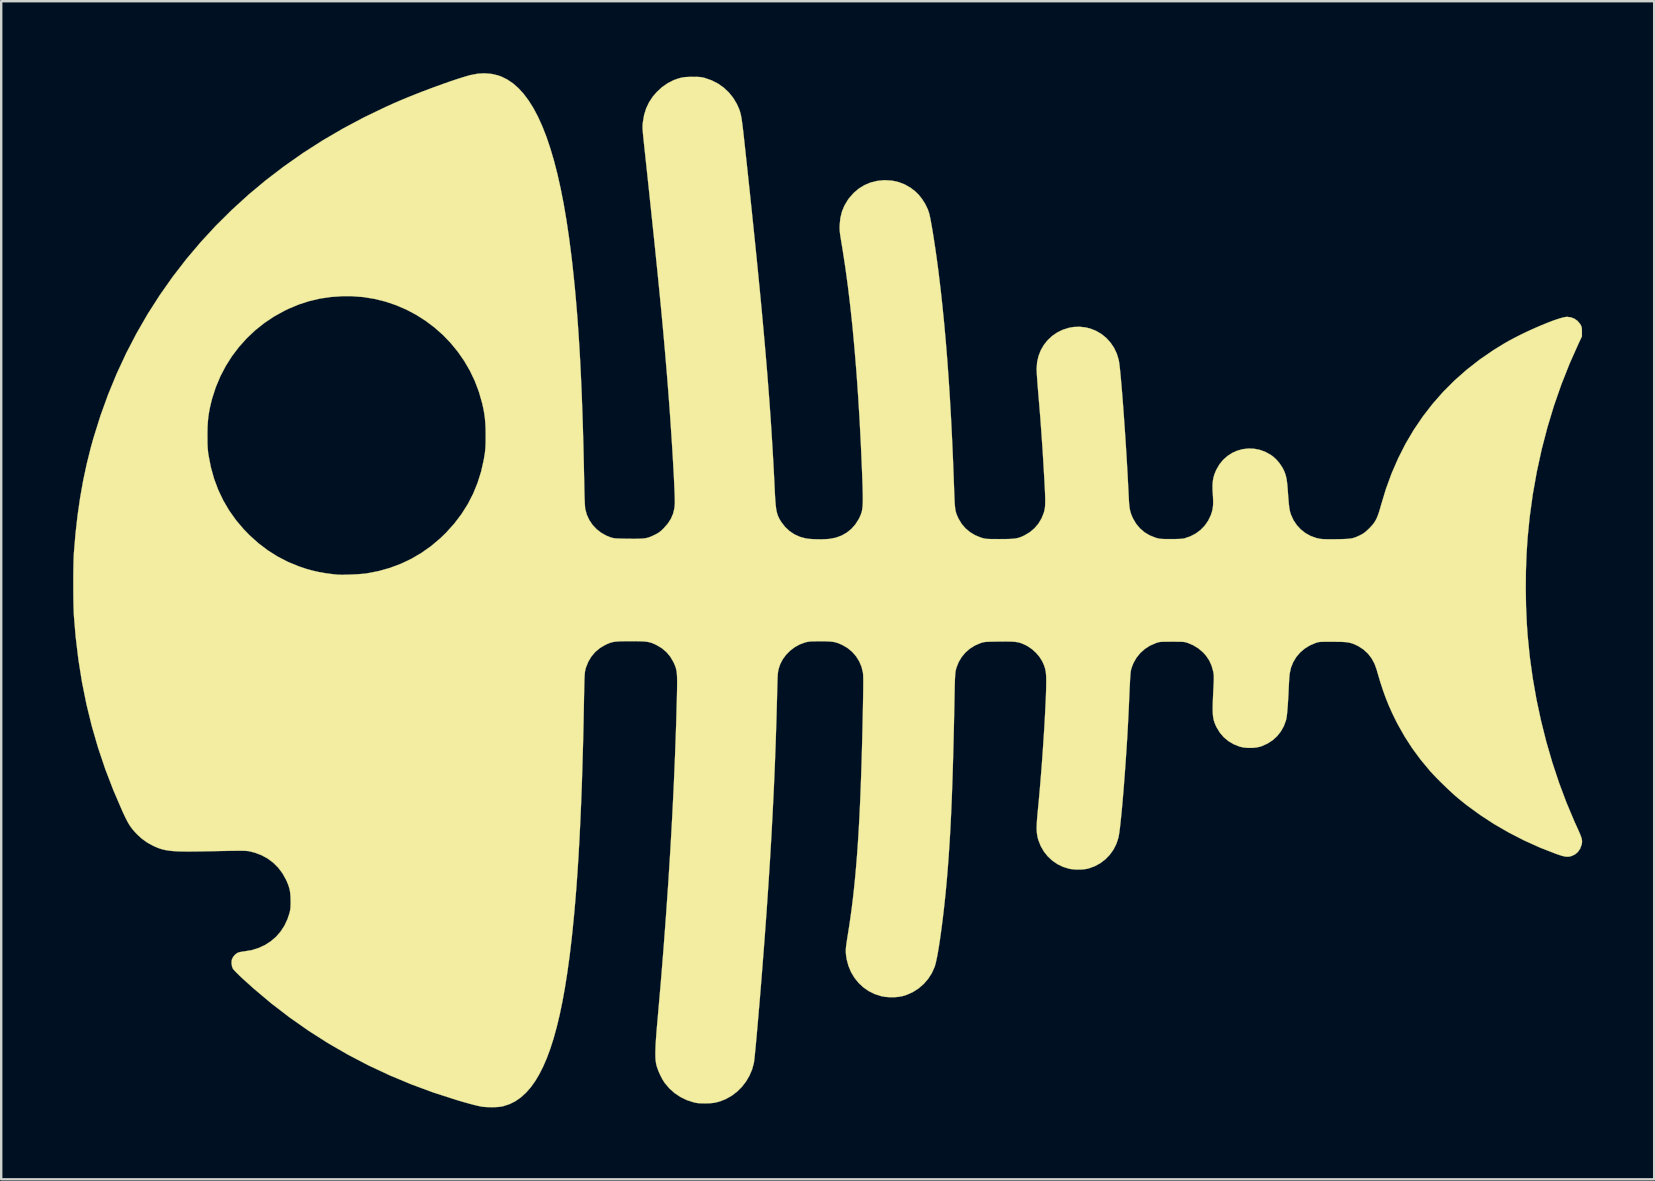
<source format=kicad_pcb>
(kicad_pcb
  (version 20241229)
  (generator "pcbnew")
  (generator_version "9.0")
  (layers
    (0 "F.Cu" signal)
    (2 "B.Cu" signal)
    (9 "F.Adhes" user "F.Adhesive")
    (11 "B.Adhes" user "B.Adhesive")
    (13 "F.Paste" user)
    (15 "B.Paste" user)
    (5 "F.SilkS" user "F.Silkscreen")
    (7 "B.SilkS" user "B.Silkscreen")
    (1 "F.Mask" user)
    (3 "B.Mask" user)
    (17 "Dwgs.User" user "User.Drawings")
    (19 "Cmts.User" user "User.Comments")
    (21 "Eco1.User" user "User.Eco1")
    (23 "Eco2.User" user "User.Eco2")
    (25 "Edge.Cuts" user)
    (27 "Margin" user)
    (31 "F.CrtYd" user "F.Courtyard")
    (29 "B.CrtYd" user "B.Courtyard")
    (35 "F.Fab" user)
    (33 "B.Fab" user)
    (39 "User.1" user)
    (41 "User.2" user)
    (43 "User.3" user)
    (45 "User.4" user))
  (footprint "Rockling Silk 50mm"
    (layer "F.Cu")
    (at 30.302 20.651)
    (property "Reference" "Rockling Silk 50mm" (at 0 0 0) (layer "F.SilkS") (effects (font (size 1.27 1.27) (thickness 0.15))))
    (attr through_hole)
    (fp_poly (pts (xy -12.883 -20.623) (xy -12.612 -20.562) (xy -12.462 -20.51) (xy -12.215 -20.388) (xy -11.978 -20.228) (xy -11.75 -20.028) (xy -11.532 -19.789) (xy -11.323 -19.51) (xy -11.124 -19.192) (xy -10.934 -18.834) (xy -10.754 -18.436) (xy -10.582 -17.997) (xy -10.421 -17.519) (xy -10.268 -17) (xy -10.124 -16.441) (xy -9.99 -15.841) (xy -9.864 -15.2) (xy -9.748 -14.518) (xy -9.641 -13.795) (xy -9.542 -13.031) (xy -9.506 -12.721) (xy -9.449 -12.194) (xy -9.395 -11.656) (xy -9.346 -11.106) (xy -9.299 -10.539) (xy -9.257 -9.955) (xy -9.218 -9.351) (xy -9.181 -8.724) (xy -9.148 -8.072) (xy -9.118 -7.392) (xy -9.091 -6.683) (xy -9.066 -5.941) (xy -9.044 -5.164) (xy -9.025 -4.35) (xy -9.007 -3.497) (xy -9.005 -3.376) (xy -9 -3.147) (xy -8.994 -2.945) (xy -8.987 -2.774) (xy -8.979 -2.637) (xy -8.971 -2.537) (xy -8.964 -2.486) (xy -8.899 -2.251) (xy -8.797 -2.031) (xy -8.661 -1.83) (xy -8.494 -1.652) (xy -8.3 -1.501) (xy -8.083 -1.38) (xy -7.927 -1.318) (xy -7.876 -1.301) (xy -7.83 -1.288) (xy -7.782 -1.278) (xy -7.728 -1.27) (xy -7.661 -1.265) (xy -7.575 -1.261) (xy -7.463 -1.258) (xy -7.321 -1.255) (xy -7.165 -1.253) (xy -6.963 -1.251) (xy -6.797 -1.252) (xy -6.66 -1.255) (xy -6.547 -1.263) (xy -6.45 -1.276) (xy -6.364 -1.295) (xy -6.282 -1.322) (xy -6.198 -1.356) (xy -6.105 -1.399) (xy -6.075 -1.414) (xy -5.974 -1.466) (xy -5.892 -1.517) (xy -5.816 -1.576) (xy -5.731 -1.655) (xy -5.694 -1.692) (xy -5.525 -1.884) (xy -5.397 -2.083) (xy -5.306 -2.293) (xy -5.252 -2.519) (xy -5.235 -2.688) (xy -5.233 -2.77) (xy -5.234 -2.89) (xy -5.238 -3.047) (xy -5.245 -3.237) (xy -5.255 -3.457) (xy -5.266 -3.703) (xy -5.28 -3.974) (xy -5.296 -4.266) (xy -5.314 -4.576) (xy -5.333 -4.9) (xy -5.354 -5.236) (xy -5.377 -5.581) (xy -5.4 -5.932) (xy -5.424 -6.285) (xy -5.449 -6.638) (xy -5.475 -6.988) (xy -5.494 -7.239) (xy -5.522 -7.597) (xy -5.55 -7.952) (xy -5.579 -8.305) (xy -5.609 -8.66) (xy -5.639 -9.019) (xy -5.671 -9.383) (xy -5.704 -9.755) (xy -5.739 -10.136) (xy -5.776 -10.53) (xy -5.815 -10.938) (xy -5.856 -11.363) (xy -5.9 -11.806) (xy -5.946 -12.27) (xy -5.996 -12.757) (xy -6.048 -13.27) (xy -6.104 -13.81) (xy -6.164 -14.379) (xy -6.227 -14.98) (xy -6.294 -15.615) (xy -6.365 -16.286) (xy -6.441 -16.995) (xy -6.5 -17.547) (xy -6.523 -17.759) (xy -6.541 -17.934) (xy -6.555 -18.076) (xy -6.566 -18.192) (xy -6.573 -18.285) (xy -6.577 -18.361) (xy -6.578 -18.425) (xy -6.576 -18.482) (xy -6.572 -18.536) (xy -6.567 -18.594) (xy -6.565 -18.605) (xy -6.514 -18.906) (xy -6.428 -19.184) (xy -6.306 -19.44) (xy -6.148 -19.679) (xy -5.984 -19.868) (xy -5.764 -20.071) (xy -5.531 -20.234) (xy -5.287 -20.358) (xy -5.224 -20.382) (xy -5.098 -20.426) (xy -4.988 -20.457) (xy -4.883 -20.479) (xy -4.769 -20.491) (xy -4.635 -20.497) (xy -4.498 -20.499) (xy -4.36 -20.499) (xy -4.254 -20.496) (xy -4.169 -20.489) (xy -4.095 -20.478) (xy -4.022 -20.462) (xy -3.981 -20.451) (xy -3.697 -20.352) (xy -3.435 -20.218) (xy -3.197 -20.051) (xy -2.985 -19.852) (xy -2.802 -19.626) (xy -2.65 -19.372) (xy -2.56 -19.172) (xy -2.538 -19.112) (xy -2.518 -19.054) (xy -2.501 -18.993) (xy -2.484 -18.926) (xy -2.468 -18.848) (xy -2.452 -18.756) (xy -2.436 -18.646) (xy -2.418 -18.515) (xy -2.399 -18.357) (xy -2.377 -18.169) (xy -2.353 -17.948) (xy -2.324 -17.689) (xy -2.319 -17.639) (xy -2.219 -16.716) (xy -2.125 -15.833) (xy -2.036 -14.988) (xy -1.952 -14.179) (xy -1.872 -13.404) (xy -1.797 -12.66) (xy -1.727 -11.947) (xy -1.66 -11.261) (xy -1.598 -10.601) (xy -1.54 -9.965) (xy -1.485 -9.351) (xy -1.434 -8.756) (xy -1.386 -8.18) (xy -1.342 -7.618) (xy -1.3 -7.071) (xy -1.261 -6.535) (xy -1.225 -6.009) (xy -1.192 -5.491) (xy -1.16 -4.978) (xy -1.131 -4.469) (xy -1.104 -3.961) (xy -1.079 -3.453) (xy -1.069 -3.252) (xy -1.057 -3.018) (xy -1.044 -2.82) (xy -1.03 -2.654) (xy -1.013 -2.515) (xy -0.992 -2.397) (xy -0.966 -2.294) (xy -0.934 -2.203) (xy -0.895 -2.116) (xy -0.847 -2.03) (xy -0.795 -1.947) (xy -0.64 -1.746) (xy -0.457 -1.575) (xy -0.251 -1.436) (xy -0.023 -1.333) (xy 0.22 -1.267) (xy 0.343 -1.249) (xy 0.505 -1.237) (xy 0.688 -1.23) (xy 0.876 -1.229) (xy 1.055 -1.235) (xy 1.208 -1.246) (xy 1.221 -1.248) (xy 1.476 -1.297) (xy 1.713 -1.384) (xy 1.93 -1.507) (xy 2.123 -1.663) (xy 2.289 -1.85) (xy 2.427 -2.067) (xy 2.447 -2.106) (xy 2.482 -2.18) (xy 2.513 -2.25) (xy 2.538 -2.32) (xy 2.559 -2.393) (xy 2.575 -2.474) (xy 2.587 -2.565) (xy 2.595 -2.672) (xy 2.6 -2.796) (xy 2.601 -2.943) (xy 2.599 -3.115) (xy 2.594 -3.317) (xy 2.587 -3.552) (xy 2.577 -3.824) (xy 2.572 -3.958) (xy 2.524 -5.076) (xy 2.469 -6.153) (xy 2.406 -7.189) (xy 2.336 -8.183) (xy 2.258 -9.136) (xy 2.174 -10.049) (xy 2.081 -10.92) (xy 1.981 -11.751) (xy 1.874 -12.542) (xy 1.759 -13.293) (xy 1.722 -13.515) (xy 1.693 -13.69) (xy 1.671 -13.83) (xy 1.654 -13.943) (xy 1.643 -14.035) (xy 1.636 -14.114) (xy 1.634 -14.186) (xy 1.634 -14.258) (xy 1.637 -14.338) (xy 1.637 -14.34) (xy 1.666 -14.621) (xy 1.73 -14.882) (xy 1.831 -15.128) (xy 1.972 -15.365) (xy 2.034 -15.45) (xy 2.219 -15.662) (xy 2.429 -15.84) (xy 2.661 -15.984) (xy 2.912 -16.091) (xy 3.18 -16.16) (xy 3.463 -16.191) (xy 3.543 -16.192) (xy 3.826 -16.173) (xy 4.095 -16.113) (xy 4.35 -16.014) (xy 4.592 -15.875) (xy 4.782 -15.73) (xy 4.934 -15.58) (xy 5.076 -15.399) (xy 5.202 -15.198) (xy 5.303 -14.99) (xy 5.354 -14.848) (xy 5.377 -14.761) (xy 5.405 -14.635) (xy 5.436 -14.476) (xy 5.47 -14.287) (xy 5.507 -14.072) (xy 5.545 -13.836) (xy 5.584 -13.583) (xy 5.624 -13.316) (xy 5.664 -13.04) (xy 5.702 -12.76) (xy 5.74 -12.478) (xy 5.756 -12.351) (xy 5.839 -11.663) (xy 5.916 -10.959) (xy 5.988 -10.238) (xy 6.055 -9.496) (xy 6.117 -8.731) (xy 6.174 -7.941) (xy 6.227 -7.121) (xy 6.276 -6.271) (xy 6.32 -5.387) (xy 6.361 -4.466) (xy 6.397 -3.506) (xy 6.402 -3.376) (xy 6.41 -3.147) (xy 6.418 -2.955) (xy 6.425 -2.796) (xy 6.434 -2.664) (xy 6.444 -2.555) (xy 6.457 -2.464) (xy 6.472 -2.387) (xy 6.492 -2.317) (xy 6.516 -2.251) (xy 6.545 -2.183) (xy 6.58 -2.108) (xy 6.597 -2.074) (xy 6.721 -1.869) (xy 6.879 -1.686) (xy 7.066 -1.529) (xy 7.279 -1.4) (xy 7.514 -1.304) (xy 7.567 -1.287) (xy 7.621 -1.272) (xy 7.671 -1.261) (xy 7.724 -1.252) (xy 7.786 -1.246) (xy 7.863 -1.242) (xy 7.962 -1.24) (xy 8.09 -1.239) (xy 8.251 -1.238) (xy 8.308 -1.238) (xy 8.508 -1.239) (xy 8.671 -1.242) (xy 8.806 -1.248) (xy 8.917 -1.258) (xy 9.012 -1.273) (xy 9.097 -1.294) (xy 9.179 -1.322) (xy 9.263 -1.358) (xy 9.345 -1.397) (xy 9.562 -1.528) (xy 9.753 -1.69) (xy 9.915 -1.88) (xy 10.045 -2.095) (xy 10.14 -2.331) (xy 10.162 -2.409) (xy 10.176 -2.475) (xy 10.188 -2.547) (xy 10.196 -2.63) (xy 10.2 -2.727) (xy 10.201 -2.845) (xy 10.199 -2.986) (xy 10.193 -3.155) (xy 10.184 -3.357) (xy 10.172 -3.596) (xy 10.17 -3.63) (xy 10.091 -4.968) (xy 9.997 -6.289) (xy 9.905 -7.4) (xy 9.89 -7.582) (xy 9.876 -7.761) (xy 9.864 -7.93) (xy 9.854 -8.081) (xy 9.847 -8.208) (xy 9.843 -8.304) (xy 9.843 -8.342) (xy 9.863 -8.611) (xy 9.922 -8.867) (xy 10.016 -9.107) (xy 10.144 -9.328) (xy 10.302 -9.527) (xy 10.487 -9.7) (xy 10.698 -9.846) (xy 10.931 -9.96) (xy 11.183 -10.04) (xy 11.384 -10.076) (xy 11.64 -10.086) (xy 11.9 -10.055) (xy 12.081 -10.009) (xy 12.324 -9.912) (xy 12.548 -9.78) (xy 12.749 -9.616) (xy 12.924 -9.422) (xy 13.07 -9.204) (xy 13.184 -8.963) (xy 13.261 -8.711) (xy 13.275 -8.633) (xy 13.292 -8.516) (xy 13.31 -8.362) (xy 13.329 -8.175) (xy 13.35 -7.956) (xy 13.372 -7.71) (xy 13.395 -7.438) (xy 13.419 -7.143) (xy 13.443 -6.829) (xy 13.467 -6.499) (xy 13.492 -6.154) (xy 13.517 -5.798) (xy 13.541 -5.434) (xy 13.565 -5.065) (xy 13.588 -4.693) (xy 13.61 -4.321) (xy 13.631 -3.952) (xy 13.65 -3.59) (xy 13.668 -3.236) (xy 13.685 -2.893) (xy 13.685 -2.889) (xy 13.697 -2.701) (xy 13.715 -2.544) (xy 13.741 -2.409) (xy 13.779 -2.284) (xy 13.829 -2.161) (xy 13.854 -2.106) (xy 13.985 -1.882) (xy 14.145 -1.688) (xy 14.333 -1.526) (xy 14.548 -1.396) (xy 14.789 -1.299) (xy 14.828 -1.287) (xy 14.889 -1.27) (xy 14.947 -1.258) (xy 15.008 -1.249) (xy 15.082 -1.244) (xy 15.175 -1.24) (xy 15.295 -1.239) (xy 15.441 -1.238) (xy 15.628 -1.24) (xy 15.776 -1.244) (xy 15.889 -1.251) (xy 15.97 -1.261) (xy 16 -1.268) (xy 16.247 -1.352) (xy 16.473 -1.47) (xy 16.674 -1.62) (xy 16.847 -1.798) (xy 16.99 -2.003) (xy 17.099 -2.231) (xy 17.11 -2.259) (xy 17.152 -2.391) (xy 17.18 -2.521) (xy 17.196 -2.659) (xy 17.199 -2.813) (xy 17.192 -2.995) (xy 17.186 -3.074) (xy 17.173 -3.293) (xy 17.172 -3.48) (xy 17.183 -3.643) (xy 17.208 -3.79) (xy 17.248 -3.931) (xy 17.305 -4.072) (xy 17.336 -4.138) (xy 17.463 -4.356) (xy 17.618 -4.544) (xy 17.797 -4.702) (xy 17.994 -4.829) (xy 18.207 -4.924) (xy 18.431 -4.985) (xy 18.662 -5.012) (xy 18.897 -5.004) (xy 19.13 -4.96) (xy 19.359 -4.879) (xy 19.579 -4.76) (xy 19.681 -4.689) (xy 19.823 -4.562) (xy 19.958 -4.407) (xy 20.072 -4.239) (xy 20.116 -4.159) (xy 20.164 -4.056) (xy 20.203 -3.955) (xy 20.234 -3.848) (xy 20.259 -3.727) (xy 20.279 -3.585) (xy 20.296 -3.415) (xy 20.309 -3.239) (xy 20.325 -3.024) (xy 20.339 -2.847) (xy 20.352 -2.701) (xy 20.366 -2.581) (xy 20.381 -2.483) (xy 20.398 -2.4) (xy 20.417 -2.327) (xy 20.439 -2.26) (xy 20.543 -2.031) (xy 20.68 -1.824) (xy 20.848 -1.643) (xy 21.041 -1.49) (xy 21.257 -1.37) (xy 21.49 -1.285) (xy 21.654 -1.249) (xy 21.747 -1.239) (xy 21.88 -1.233) (xy 22.054 -1.23) (xy 22.269 -1.232) (xy 22.352 -1.233) (xy 22.54 -1.237) (xy 22.692 -1.242) (xy 22.816 -1.249) (xy 22.918 -1.26) (xy 23.006 -1.276) (xy 23.086 -1.298) (xy 23.165 -1.328) (xy 23.25 -1.366) (xy 23.326 -1.402) (xy 23.412 -1.447) (xy 23.487 -1.495) (xy 23.561 -1.554) (xy 23.645 -1.631) (xy 23.708 -1.692) (xy 23.802 -1.791) (xy 23.88 -1.885) (xy 23.946 -1.982) (xy 24.004 -2.088) (xy 24.056 -2.211) (xy 24.107 -2.357) (xy 24.16 -2.534) (xy 24.191 -2.646) (xy 24.396 -3.324) (xy 24.635 -3.978) (xy 24.909 -4.607) (xy 25.216 -5.212) (xy 25.558 -5.791) (xy 25.933 -6.344) (xy 26.342 -6.872) (xy 26.783 -7.374) (xy 27.258 -7.849) (xy 27.765 -8.297) (xy 28.304 -8.718) (xy 28.876 -9.111) (xy 29.326 -9.388) (xy 29.524 -9.501) (xy 29.738 -9.615) (xy 29.963 -9.73) (xy 30.195 -9.843) (xy 30.43 -9.953) (xy 30.664 -10.057) (xy 30.892 -10.155) (xy 31.111 -10.244) (xy 31.315 -10.323) (xy 31.501 -10.389) (xy 31.665 -10.441) (xy 31.802 -10.478) (xy 31.908 -10.496) (xy 31.945 -10.499) (xy 32.105 -10.478) (xy 32.253 -10.42) (xy 32.383 -10.328) (xy 32.486 -10.206) (xy 32.516 -10.156) (xy 32.541 -10.102) (xy 32.556 -10.045) (xy 32.563 -9.972) (xy 32.564 -9.874) (xy 32.564 -9.684) (xy 32.419 -9.377) (xy 32.047 -8.542) (xy 31.707 -7.681) (xy 31.399 -6.798) (xy 31.126 -5.896) (xy 30.887 -4.977) (xy 30.684 -4.045) (xy 30.516 -3.103) (xy 30.386 -2.154) (xy 30.301 -1.302) (xy 30.256 -0.614) (xy 30.23 0.098) (xy 30.223 0.823) (xy 30.235 1.548) (xy 30.266 2.26) (xy 30.301 2.773) (xy 30.39 3.663) (xy 30.514 4.556) (xy 30.671 5.449) (xy 30.861 6.336) (xy 31.081 7.213) (xy 31.332 8.075) (xy 31.611 8.918) (xy 31.918 9.738) (xy 32.251 10.529) (xy 32.343 10.732) (xy 32.418 10.897) (xy 32.476 11.03) (xy 32.519 11.137) (xy 32.548 11.224) (xy 32.564 11.296) (xy 32.569 11.36) (xy 32.565 11.42) (xy 32.553 11.484) (xy 32.545 11.515) (xy 32.486 11.67) (xy 32.395 11.799) (xy 32.277 11.9) (xy 32.135 11.967) (xy 32.086 11.981) (xy 32.011 11.995) (xy 31.935 11.997) (xy 31.851 11.987) (xy 31.75 11.964) (xy 31.626 11.926) (xy 31.473 11.873) (xy 30.809 11.613) (xy 30.158 11.319) (xy 29.525 10.994) (xy 28.913 10.641) (xy 28.328 10.26) (xy 27.772 9.856) (xy 27.41 9.565) (xy 27.283 9.456) (xy 27.137 9.324) (xy 26.978 9.175) (xy 26.814 9.018) (xy 26.651 8.859) (xy 26.498 8.705) (xy 26.362 8.563) (xy 26.249 8.44) (xy 26.232 8.42) (xy 25.846 7.956) (xy 25.497 7.483) (xy 25.18 6.993) (xy 24.889 6.478) (xy 24.796 6.297) (xy 24.647 5.989) (xy 24.511 5.683) (xy 24.386 5.371) (xy 24.269 5.045) (xy 24.155 4.694) (xy 24.042 4.313) (xy 24.015 4.214) (xy 23.924 3.96) (xy 23.802 3.734) (xy 23.649 3.535) (xy 23.466 3.366) (xy 23.255 3.228) (xy 23.147 3.174) (xy 23.06 3.136) (xy 22.978 3.106) (xy 22.897 3.083) (xy 22.808 3.066) (xy 22.705 3.054) (xy 22.583 3.046) (xy 22.434 3.042) (xy 22.251 3.04) (xy 22.172 3.039) (xy 22.005 3.039) (xy 21.873 3.039) (xy 21.772 3.041) (xy 21.694 3.044) (xy 21.634 3.049) (xy 21.584 3.056) (xy 21.539 3.067) (xy 21.493 3.081) (xy 21.459 3.093) (xy 21.221 3.195) (xy 21.007 3.329) (xy 20.819 3.491) (xy 20.66 3.679) (xy 20.534 3.889) (xy 20.442 4.116) (xy 20.388 4.359) (xy 20.386 4.374) (xy 20.377 4.459) (xy 20.368 4.572) (xy 20.36 4.7) (xy 20.353 4.829) (xy 20.352 4.847) (xy 20.337 5.179) (xy 20.321 5.47) (xy 20.305 5.718) (xy 20.288 5.926) (xy 20.271 6.093) (xy 20.253 6.22) (xy 20.234 6.307) (xy 20.234 6.307) (xy 20.145 6.552) (xy 20.021 6.774) (xy 19.864 6.972) (xy 19.678 7.142) (xy 19.464 7.281) (xy 19.226 7.388) (xy 19.156 7.411) (xy 19.004 7.445) (xy 18.828 7.462) (xy 18.645 7.462) (xy 18.469 7.446) (xy 18.316 7.413) (xy 18.31 7.411) (xy 18.061 7.313) (xy 17.839 7.183) (xy 17.644 7.022) (xy 17.48 6.832) (xy 17.346 6.613) (xy 17.337 6.595) (xy 17.295 6.506) (xy 17.261 6.422) (xy 17.232 6.338) (xy 17.211 6.249) (xy 17.195 6.152) (xy 17.184 6.041) (xy 17.179 5.912) (xy 17.179 5.76) (xy 17.183 5.582) (xy 17.191 5.371) (xy 17.202 5.125) (xy 17.207 5.038) (xy 17.215 4.863) (xy 17.222 4.723) (xy 17.225 4.614) (xy 17.226 4.528) (xy 17.225 4.459) (xy 17.22 4.401) (xy 17.213 4.348) (xy 17.203 4.293) (xy 17.2 4.276) (xy 17.132 4.034) (xy 17.034 3.817) (xy 16.901 3.62) (xy 16.776 3.481) (xy 16.58 3.314) (xy 16.36 3.181) (xy 16.161 3.097) (xy 16.106 3.078) (xy 16.059 3.064) (xy 16.012 3.053) (xy 15.959 3.046) (xy 15.893 3.041) (xy 15.806 3.039) (xy 15.694 3.038) (xy 15.548 3.037) (xy 15.483 3.037) (xy 15.324 3.038) (xy 15.199 3.038) (xy 15.104 3.04) (xy 15.031 3.044) (xy 14.973 3.05) (xy 14.925 3.06) (xy 14.879 3.072) (xy 14.828 3.089) (xy 14.806 3.097) (xy 14.566 3.202) (xy 14.35 3.341) (xy 14.162 3.509) (xy 14.004 3.704) (xy 13.878 3.924) (xy 13.81 4.095) (xy 13.798 4.132) (xy 13.788 4.167) (xy 13.778 4.204) (xy 13.77 4.246) (xy 13.762 4.296) (xy 13.755 4.357) (xy 13.749 4.434) (xy 13.742 4.528) (xy 13.735 4.644) (xy 13.728 4.784) (xy 13.719 4.952) (xy 13.71 5.152) (xy 13.7 5.386) (xy 13.688 5.658) (xy 13.684 5.757) (xy 13.668 6.086) (xy 13.651 6.427) (xy 13.632 6.778) (xy 13.611 7.136) (xy 13.588 7.497) (xy 13.564 7.858) (xy 13.539 8.217) (xy 13.513 8.57) (xy 13.487 8.915) (xy 13.461 9.247) (xy 13.434 9.565) (xy 13.408 9.865) (xy 13.382 10.145) (xy 13.356 10.4) (xy 13.332 10.628) (xy 13.309 10.826) (xy 13.287 10.991) (xy 13.267 11.119) (xy 13.249 11.208) (xy 13.165 11.463) (xy 13.046 11.699) (xy 12.893 11.913) (xy 12.712 12.101) (xy 12.505 12.26) (xy 12.275 12.388) (xy 12.026 12.48) (xy 11.943 12.501) (xy 11.811 12.522) (xy 11.653 12.532) (xy 11.487 12.531) (xy 11.327 12.519) (xy 11.197 12.498) (xy 10.942 12.419) (xy 10.706 12.305) (xy 10.491 12.156) (xy 10.302 11.978) (xy 10.14 11.773) (xy 10.009 11.544) (xy 9.912 11.294) (xy 9.885 11.191) (xy 9.865 11.093) (xy 9.852 10.987) (xy 9.845 10.867) (xy 9.845 10.728) (xy 9.852 10.564) (xy 9.866 10.371) (xy 9.886 10.144) (xy 9.895 10.054) (xy 9.928 9.713) (xy 9.96 9.352) (xy 9.993 8.977) (xy 10.024 8.591) (xy 10.055 8.198) (xy 10.084 7.802) (xy 10.111 7.409) (xy 10.137 7.021) (xy 10.161 6.643) (xy 10.182 6.278) (xy 10.2 5.932) (xy 10.216 5.609) (xy 10.229 5.312) (xy 10.238 5.045) (xy 10.243 4.813) (xy 10.244 4.655) (xy 10.24 4.464) (xy 10.225 4.302) (xy 10.197 4.16) (xy 10.153 4.025) (xy 10.092 3.886) (xy 10.072 3.846) (xy 9.963 3.672) (xy 9.822 3.506) (xy 9.659 3.356) (xy 9.483 3.234) (xy 9.405 3.191) (xy 9.312 3.146) (xy 9.227 3.11) (xy 9.145 3.082) (xy 9.059 3.061) (xy 8.964 3.046) (xy 8.852 3.036) (xy 8.719 3.031) (xy 8.558 3.029) (xy 8.363 3.031) (xy 8.284 3.031) (xy 8.107 3.034) (xy 7.966 3.036) (xy 7.855 3.039) (xy 7.77 3.043) (xy 7.703 3.048) (xy 7.649 3.056) (xy 7.602 3.065) (xy 7.557 3.078) (xy 7.507 3.095) (xy 7.504 3.096) (xy 7.27 3.196) (xy 7.059 3.329) (xy 6.873 3.492) (xy 6.716 3.681) (xy 6.59 3.893) (xy 6.5 4.123) (xy 6.468 4.25) (xy 6.457 4.325) (xy 6.448 4.441) (xy 6.439 4.598) (xy 6.432 4.797) (xy 6.426 5.037) (xy 6.425 5.101) (xy 6.412 5.791) (xy 6.398 6.44) (xy 6.384 7.053) (xy 6.369 7.63) (xy 6.354 8.176) (xy 6.338 8.691) (xy 6.321 9.18) (xy 6.304 9.644) (xy 6.285 10.085) (xy 6.265 10.507) (xy 6.244 10.912) (xy 6.221 11.302) (xy 6.197 11.681) (xy 6.172 12.049) (xy 6.145 12.411) (xy 6.116 12.768) (xy 6.116 12.774) (xy 6.084 13.137) (xy 6.05 13.498) (xy 6.013 13.856) (xy 5.974 14.207) (xy 5.934 14.547) (xy 5.894 14.873) (xy 5.852 15.182) (xy 5.811 15.471) (xy 5.77 15.737) (xy 5.73 15.977) (xy 5.691 16.186) (xy 5.653 16.363) (xy 5.618 16.503) (xy 5.59 16.593) (xy 5.474 16.85) (xy 5.323 17.085) (xy 5.141 17.295) (xy 4.932 17.478) (xy 4.698 17.629) (xy 4.443 17.746) (xy 4.265 17.803) (xy 4.1 17.835) (xy 3.911 17.851) (xy 3.713 17.851) (xy 3.52 17.835) (xy 3.355 17.804) (xy 3.091 17.718) (xy 2.846 17.596) (xy 2.623 17.441) (xy 2.425 17.256) (xy 2.254 17.045) (xy 2.112 16.809) (xy 2.004 16.553) (xy 1.93 16.28) (xy 1.906 16.129) (xy 1.897 16.043) (xy 1.892 15.963) (xy 1.892 15.882) (xy 1.897 15.792) (xy 1.909 15.686) (xy 1.926 15.558) (xy 1.951 15.4) (xy 1.97 15.282) (xy 2.031 14.898) (xy 2.088 14.508) (xy 2.142 14.11) (xy 2.192 13.702) (xy 2.238 13.281) (xy 2.282 12.847) (xy 2.322 12.395) (xy 2.36 11.925) (xy 2.395 11.434) (xy 2.427 10.92) (xy 2.457 10.381) (xy 2.484 9.815) (xy 2.509 9.219) (xy 2.532 8.592) (xy 2.553 7.931) (xy 2.572 7.234) (xy 2.59 6.498) (xy 2.606 5.741) (xy 2.611 5.461) (xy 2.615 5.22) (xy 2.618 5.015) (xy 2.619 4.843) (xy 2.62 4.7) (xy 2.619 4.584) (xy 2.617 4.49) (xy 2.614 4.417) (xy 2.609 4.36) (xy 2.604 4.322) (xy 2.545 4.079) (xy 2.447 3.851) (xy 2.316 3.642) (xy 2.153 3.457) (xy 1.962 3.3) (xy 1.771 3.187) (xy 1.662 3.136) (xy 1.565 3.096) (xy 1.47 3.066) (xy 1.371 3.045) (xy 1.258 3.032) (xy 1.125 3.024) (xy 0.963 3.02) (xy 0.826 3.02) (xy 0.668 3.021) (xy 0.545 3.023) (xy 0.449 3.026) (xy 0.373 3.033) (xy 0.309 3.042) (xy 0.249 3.054) (xy 0.206 3.065) (xy -0.021 3.147) (xy -0.232 3.263) (xy -0.425 3.408) (xy -0.594 3.577) (xy -0.735 3.768) (xy -0.842 3.973) (xy -0.895 4.128) (xy -0.908 4.177) (xy -0.919 4.223) (xy -0.928 4.271) (xy -0.936 4.324) (xy -0.943 4.388) (xy -0.948 4.467) (xy -0.953 4.565) (xy -0.958 4.686) (xy -0.962 4.836) (xy -0.967 5.018) (xy -0.972 5.237) (xy -0.973 5.292) (xy -0.999 6.253) (xy -1.03 7.216) (xy -1.066 8.184) (xy -1.108 9.162) (xy -1.157 10.154) (xy -1.211 11.162) (xy -1.272 12.192) (xy -1.34 13.246) (xy -1.414 14.329) (xy -1.496 15.445) (xy -1.585 16.597) (xy -1.62 17.039) (xy -1.651 17.426) (xy -1.682 17.801) (xy -1.712 18.164) (xy -1.742 18.51) (xy -1.77 18.839) (xy -1.797 19.147) (xy -1.822 19.432) (xy -1.846 19.692) (xy -1.867 19.924) (xy -1.887 20.125) (xy -1.904 20.295) (xy -1.918 20.429) (xy -1.93 20.526) (xy -1.939 20.584) (xy -1.939 20.585) (xy -2.012 20.857) (xy -2.123 21.118) (xy -2.266 21.363) (xy -2.439 21.587) (xy -2.638 21.785) (xy -2.859 21.954) (xy -3.099 22.089) (xy -3.17 22.12) (xy -3.329 22.182) (xy -3.472 22.225) (xy -3.613 22.254) (xy -3.765 22.269) (xy -3.944 22.275) (xy -3.958 22.275) (xy -4.097 22.274) (xy -4.205 22.27) (xy -4.296 22.261) (xy -4.381 22.246) (xy -4.451 22.23) (xy -4.734 22.138) (xy -4.998 22.009) (xy -5.242 21.847) (xy -5.459 21.653) (xy -5.648 21.431) (xy -5.662 21.412) (xy -5.751 21.271) (xy -5.838 21.103) (xy -5.917 20.926) (xy -5.978 20.754) (xy -5.994 20.701) (xy -6.012 20.622) (xy -6.026 20.535) (xy -6.037 20.436) (xy -6.042 20.322) (xy -6.044 20.191) (xy -6.041 20.037) (xy -6.034 19.86) (xy -6.022 19.655) (xy -6.005 19.419) (xy -5.984 19.149) (xy -5.957 18.841) (xy -5.942 18.669) (xy -5.817 17.234) (xy -5.702 15.81) (xy -5.597 14.403) (xy -5.501 13.014) (xy -5.415 11.646) (xy -5.34 10.304) (xy -5.275 8.99) (xy -5.221 7.707) (xy -5.177 6.459) (xy -5.145 5.292) (xy -5.14 5.049) (xy -5.137 4.843) (xy -5.137 4.671) (xy -5.139 4.526) (xy -5.146 4.404) (xy -5.156 4.301) (xy -5.171 4.212) (xy -5.191 4.131) (xy -5.217 4.054) (xy -5.249 3.977) (xy -5.287 3.894) (xy -5.292 3.884) (xy -5.42 3.665) (xy -5.58 3.473) (xy -5.771 3.311) (xy -5.99 3.18) (xy -6.001 3.174) (xy -6.091 3.132) (xy -6.173 3.097) (xy -6.253 3.071) (xy -6.336 3.051) (xy -6.43 3.036) (xy -6.539 3.026) (xy -6.671 3.021) (xy -6.832 3.018) (xy -7.027 3.017) (xy -7.07 3.017) (xy -7.273 3.017) (xy -7.44 3.02) (xy -7.577 3.025) (xy -7.69 3.034) (xy -7.786 3.047) (xy -7.871 3.066) (xy -7.951 3.092) (xy -8.032 3.125) (xy -8.12 3.166) (xy -8.139 3.175) (xy -8.357 3.304) (xy -8.548 3.465) (xy -8.709 3.654) (xy -8.838 3.869) (xy -8.934 4.108) (xy -8.956 4.185) (xy -8.965 4.225) (xy -8.974 4.268) (xy -8.981 4.317) (xy -8.987 4.376) (xy -8.992 4.449) (xy -8.997 4.541) (xy -9.001 4.654) (xy -9.005 4.794) (xy -9.009 4.964) (xy -9.013 5.168) (xy -9.018 5.41) (xy -9.018 5.419) (xy -9.036 6.367) (xy -9.057 7.275) (xy -9.082 8.144) (xy -9.108 8.976) (xy -9.138 9.773) (xy -9.172 10.536) (xy -9.208 11.267) (xy -9.247 11.968) (xy -9.29 12.641) (xy -9.336 13.287) (xy -9.386 13.908) (xy -9.44 14.505) (xy -9.497 15.081) (xy -9.536 15.447) (xy -9.621 16.156) (xy -9.713 16.823) (xy -9.812 17.45) (xy -9.918 18.037) (xy -10.032 18.584) (xy -10.154 19.092) (xy -10.283 19.562) (xy -10.421 19.994) (xy -10.567 20.388) (xy -10.722 20.746) (xy -10.885 21.068) (xy -11.056 21.354) (xy -11.237 21.606) (xy -11.427 21.822) (xy -11.437 21.832) (xy -11.654 22.03) (xy -11.881 22.187) (xy -12.121 22.306) (xy -12.376 22.389) (xy -12.448 22.405) (xy -12.553 22.421) (xy -12.688 22.43) (xy -12.839 22.434) (xy -12.995 22.432) (xy -13.142 22.425) (xy -13.267 22.412) (xy -13.303 22.406) (xy -13.434 22.378) (xy -13.601 22.338) (xy -13.803 22.284) (xy -14.036 22.219) (xy -14.298 22.142) (xy -14.34 22.129) (xy -15.287 21.824) (xy -16.212 21.482) (xy -17.115 21.105) (xy -17.997 20.692) (xy -18.855 20.243) (xy -19.691 19.76) (xy -20.503 19.242) (xy -21.291 18.689) (xy -22.054 18.103) (xy -22.791 17.482) (xy -23.276 17.044) (xy -23.376 16.949) (xy -23.468 16.858) (xy -23.547 16.778) (xy -23.607 16.713) (xy -23.642 16.67) (xy -23.645 16.666) (xy -23.683 16.575) (xy -23.702 16.463) (xy -23.702 16.349) (xy -23.686 16.267) (xy -23.635 16.169) (xy -23.557 16.077) (xy -23.464 16.008) (xy -23.452 16.002) (xy -23.389 15.979) (xy -23.295 15.959) (xy -23.183 15.942) (xy -23.165 15.94) (xy -22.86 15.889) (xy -22.575 15.8) (xy -22.31 15.677) (xy -22.068 15.521) (xy -21.851 15.334) (xy -21.661 15.117) (xy -21.502 14.873) (xy -21.375 14.604) (xy -21.299 14.378) (xy -21.276 14.291) (xy -21.26 14.216) (xy -21.25 14.142) (xy -21.245 14.056) (xy -21.242 13.947) (xy -21.242 13.843) (xy -21.247 13.65) (xy -21.261 13.486) (xy -21.289 13.337) (xy -21.333 13.192) (xy -21.396 13.037) (xy -21.432 12.957) (xy -21.58 12.691) (xy -21.758 12.454) (xy -21.965 12.248) (xy -22.197 12.074) (xy -22.455 11.933) (xy -22.736 11.827) (xy -22.93 11.778) (xy -22.97 11.77) (xy -23.011 11.763) (xy -23.056 11.758) (xy -23.109 11.754) (xy -23.174 11.751) (xy -23.252 11.749) (xy -23.349 11.748) (xy -23.466 11.748) (xy -23.607 11.75) (xy -23.776 11.752) (xy -23.976 11.756) (xy -24.21 11.76) (xy -24.481 11.766) (xy -24.63 11.769) (xy -24.958 11.775) (xy -25.247 11.779) (xy -25.501 11.781) (xy -25.724 11.779) (xy -25.919 11.774) (xy -26.09 11.765) (xy -26.241 11.752) (xy -26.374 11.734) (xy -26.494 11.712) (xy -26.605 11.685) (xy -26.709 11.652) (xy -26.811 11.613) (xy -26.914 11.568) (xy -26.96 11.547) (xy -27.218 11.407) (xy -27.447 11.241) (xy -27.628 11.076) (xy -27.73 10.969) (xy -27.818 10.868) (xy -27.896 10.767) (xy -27.969 10.658) (xy -28.04 10.535) (xy -28.115 10.39) (xy -28.198 10.216) (xy -28.255 10.092) (xy -28.631 9.218) (xy -28.968 8.339) (xy -29.266 7.453) (xy -29.526 6.556) (xy -29.749 5.647) (xy -29.935 4.723) (xy -30.085 3.782) (xy -30.2 2.82) (xy -30.272 1.958) (xy -30.279 1.819) (xy -30.285 1.645) (xy -30.29 1.443) (xy -30.294 1.219) (xy -30.296 0.98) (xy -30.297 0.732) (xy -30.297 0.483) (xy -30.296 0.237) (xy -30.293 0.003) (xy -30.289 -0.214) (xy -30.284 -0.407) (xy -30.278 -0.569) (xy -30.272 -0.667) (xy -30.206 -1.461) (xy -30.12 -2.223) (xy -30.014 -2.958) (xy -29.887 -3.674) (xy -29.737 -4.375) (xy -29.564 -5.067) (xy -29.454 -5.461) (xy -29.424 -5.556) (xy -24.709 -5.556) (xy -24.709 -5.373) (xy -24.707 -5.224) (xy -24.702 -5.099) (xy -24.695 -4.991) (xy -24.685 -4.889) (xy -24.672 -4.786) (xy -24.663 -4.731) (xy -24.565 -4.229) (xy -24.431 -3.749) (xy -24.259 -3.289) (xy -24.05 -2.85) (xy -23.804 -2.43) (xy -23.521 -2.031) (xy -23.201 -1.652) (xy -22.95 -1.395) (xy -22.579 -1.061) (xy -22.189 -0.766) (xy -21.779 -0.508) (xy -21.347 -0.285) (xy -20.893 -0.099) (xy -20.566 0.01) (xy -20.322 0.077) (xy -20.072 0.134) (xy -19.806 0.181) (xy -19.515 0.22) (xy -19.315 0.242) (xy -19.221 0.247) (xy -19.095 0.249) (xy -18.945 0.247) (xy -18.779 0.242) (xy -18.609 0.235) (xy -18.442 0.226) (xy -18.287 0.214) (xy -18.154 0.202) (xy -18.076 0.192) (xy -17.582 0.097) (xy -17.106 -0.037) (xy -16.647 -0.209) (xy -16.207 -0.418) (xy -15.786 -0.666) (xy -15.385 -0.95) (xy -15.004 -1.272) (xy -14.751 -1.518) (xy -14.417 -1.891) (xy -14.12 -2.283) (xy -13.86 -2.695) (xy -13.638 -3.127) (xy -13.453 -3.58) (xy -13.304 -4.053) (xy -13.193 -4.547) (xy -13.152 -4.794) (xy -13.138 -4.905) (xy -13.127 -5.024) (xy -13.12 -5.16) (xy -13.116 -5.32) (xy -13.115 -5.513) (xy -13.115 -5.567) (xy -13.118 -5.827) (xy -13.128 -6.057) (xy -13.146 -6.268) (xy -13.173 -6.47) (xy -13.211 -6.676) (xy -13.26 -6.896) (xy -13.261 -6.9) (xy -13.395 -7.369) (xy -13.565 -7.82) (xy -13.77 -8.251) (xy -14.008 -8.66) (xy -14.276 -9.046) (xy -14.573 -9.408) (xy -14.896 -9.745) (xy -15.245 -10.053) (xy -15.616 -10.333) (xy -16.009 -10.583) (xy -16.421 -10.801) (xy -16.849 -10.985) (xy -17.293 -11.135) (xy -17.75 -11.248) (xy -18.219 -11.324) (xy -18.696 -11.36) (xy -19.092 -11.36) (xy -19.569 -11.326) (xy -20.023 -11.259) (xy -20.463 -11.156) (xy -20.893 -11.017) (xy -21.32 -10.839) (xy -21.505 -10.75) (xy -21.935 -10.512) (xy -22.341 -10.24) (xy -22.721 -9.936) (xy -23.072 -9.604) (xy -23.395 -9.244) (xy -23.687 -8.859) (xy -23.946 -8.45) (xy -24.17 -8.021) (xy -24.359 -7.572) (xy -24.51 -7.107) (xy -24.555 -6.932) (xy -24.606 -6.713) (xy -24.644 -6.512) (xy -24.673 -6.318) (xy -24.692 -6.12) (xy -24.704 -5.907) (xy -24.709 -5.667) (xy -24.709 -5.556) (xy -29.424 -5.556) (xy -29.168 -6.373) (xy -28.846 -7.264) (xy -28.487 -8.135) (xy -28.092 -8.985) (xy -27.661 -9.813) (xy -27.196 -10.619) (xy -26.695 -11.402) (xy -26.161 -12.161) (xy -25.593 -12.897) (xy -24.992 -13.608) (xy -24.359 -14.294) (xy -23.693 -14.954) (xy -22.996 -15.589) (xy -22.268 -16.196) (xy -21.509 -16.776) (xy -20.72 -17.329) (xy -19.902 -17.853) (xy -19.054 -18.348) (xy -18.179 -18.813) (xy -17.275 -19.248) (xy -16.891 -19.42) (xy -16.632 -19.532) (xy -16.354 -19.647) (xy -16.062 -19.764) (xy -15.763 -19.881) (xy -15.46 -19.996) (xy -15.16 -20.107) (xy -14.868 -20.212) (xy -14.589 -20.31) (xy -14.329 -20.397) (xy -14.092 -20.473) (xy -13.885 -20.535) (xy -13.748 -20.573) (xy -13.454 -20.629) (xy -13.165 -20.646) (xy -12.883 -20.623)) (stroke (width 0.01) (type solid)) (fill yes) (layer "F.SilkS")))
  (gr_rect
    (start -3 -3)
    (end 65.877 46.09)
    (stroke (width 0.1) (type default))
    (fill no)
    (layer "Edge.Cuts")))
</source>
